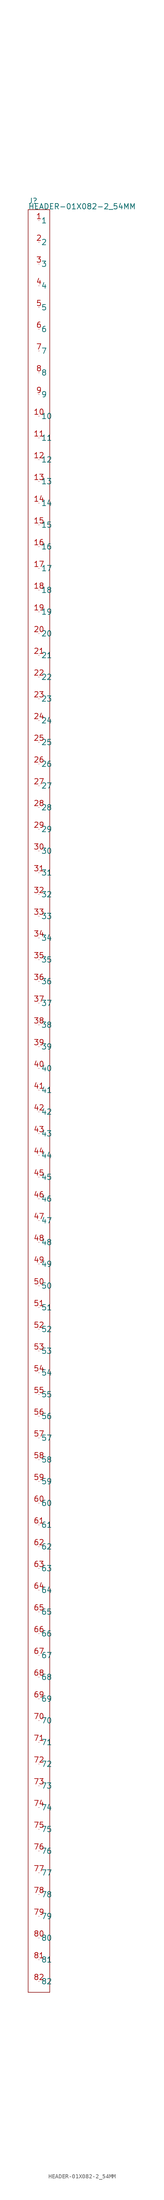
<source format=kicad_sym>
(kicad_symbol_lib
  (version 20211014)
  (generator kicad_symbol_editor)
  (symbol "HEADER-01X082-2_54MM"
    (pin_names)
    (property "Reference" "J"
      (at -2.54 209.55 0)
      (effects (font (size 1.27 1.27)) (justify left bottom)))
    (property "Value" "HEADER-01X082-2_54MM"
      (at -2.54 208.28 0)
      (effects (font (size 1.27 1.27)) (justify left bottom)))
    (property "Datasheet" ""
      (at 0 0 0))
    (property "ki_description" "Header 1x82  - Header Vertical 82POS 2.54MM Technical Specifications: Pitch: 0.1\" (2.54mm) "
      (at 0 0 0))
    (property "ki_fp_filters" "FlashPCB_Connectors:HEADER-THT-01X082-2_54MM FlashPCB_Connectors:HEADER-THT-LONG-01X082-2_54MM FlashPCB_Connectors:HEADER-THT-NOSILK-01X082-2_54MM FlashPCB_Connectors:HEADER-THT-LONG-NOSILK-01X082-2_54MM"
      (at 0 0 0))
    (symbol "HEADER-01X082-2_54MM_1_1"
      (polyline (pts (xy -2.54 208.28) (xy 2.54 208.28)) (stroke (width 0.127)) (fill (type none)))
      (polyline (pts (xy 2.54 208.28) (xy 2.54 -208.28)) (stroke (width 0.127)) (fill (type none)))
      (polyline (pts (xy 2.54 -208.28) (xy -2.54 -208.28)) (stroke (width 0.127)) (fill (type none)))
      (polyline (pts (xy -2.54 -208.28) (xy -2.54 208.28)) (stroke (width 0.127)) (fill (type none)))
      (pin bidirectional line (at 0 205.74 0) (length 0) (name "1" (effects (font (size 1.27 1.27)))) (number "1" (effects (font (size 1.27 1.27)))))
      (pin bidirectional line (at 0 200.66 0) (length 0) (name "2" (effects (font (size 1.27 1.27)))) (number "2" (effects (font (size 1.27 1.27)))))
      (pin bidirectional line (at 0 195.58 0) (length 0) (name "3" (effects (font (size 1.27 1.27)))) (number "3" (effects (font (size 1.27 1.27)))))
      (pin bidirectional line (at 0 190.5 0) (length 0) (name "4" (effects (font (size 1.27 1.27)))) (number "4" (effects (font (size 1.27 1.27)))))
      (pin bidirectional line (at 0 185.42 0) (length 0) (name "5" (effects (font (size 1.27 1.27)))) (number "5" (effects (font (size 1.27 1.27)))))
      (pin bidirectional line (at 0 180.34 0) (length 0) (name "6" (effects (font (size 1.27 1.27)))) (number "6" (effects (font (size 1.27 1.27)))))
      (pin bidirectional line (at 0 175.26 0) (length 0) (name "7" (effects (font (size 1.27 1.27)))) (number "7" (effects (font (size 1.27 1.27)))))
      (pin bidirectional line (at 0 170.18 0) (length 0) (name "8" (effects (font (size 1.27 1.27)))) (number "8" (effects (font (size 1.27 1.27)))))
      (pin bidirectional line (at 0 165.1 0) (length 0) (name "9" (effects (font (size 1.27 1.27)))) (number "9" (effects (font (size 1.27 1.27)))))
      (pin bidirectional line (at 0 160.02 0) (length 0) (name "10" (effects (font (size 1.27 1.27)))) (number "10" (effects (font (size 1.27 1.27)))))
      (pin bidirectional line (at 0 154.94 0) (length 0) (name "11" (effects (font (size 1.27 1.27)))) (number "11" (effects (font (size 1.27 1.27)))))
      (pin bidirectional line (at 0 149.86 0) (length 0) (name "12" (effects (font (size 1.27 1.27)))) (number "12" (effects (font (size 1.27 1.27)))))
      (pin bidirectional line (at 0 144.78 0) (length 0) (name "13" (effects (font (size 1.27 1.27)))) (number "13" (effects (font (size 1.27 1.27)))))
      (pin bidirectional line (at 0 139.7 0) (length 0) (name "14" (effects (font (size 1.27 1.27)))) (number "14" (effects (font (size 1.27 1.27)))))
      (pin bidirectional line (at 0 134.62 0) (length 0) (name "15" (effects (font (size 1.27 1.27)))) (number "15" (effects (font (size 1.27 1.27)))))
      (pin bidirectional line (at 0 129.54 0) (length 0) (name "16" (effects (font (size 1.27 1.27)))) (number "16" (effects (font (size 1.27 1.27)))))
      (pin bidirectional line (at 0 124.46 0) (length 0) (name "17" (effects (font (size 1.27 1.27)))) (number "17" (effects (font (size 1.27 1.27)))))
      (pin bidirectional line (at 0 119.38 0) (length 0) (name "18" (effects (font (size 1.27 1.27)))) (number "18" (effects (font (size 1.27 1.27)))))
      (pin bidirectional line (at 0 114.3 0) (length 0) (name "19" (effects (font (size 1.27 1.27)))) (number "19" (effects (font (size 1.27 1.27)))))
      (pin bidirectional line (at 0 109.22 0) (length 0) (name "20" (effects (font (size 1.27 1.27)))) (number "20" (effects (font (size 1.27 1.27)))))
      (pin bidirectional line (at 0 104.14 0) (length 0) (name "21" (effects (font (size 1.27 1.27)))) (number "21" (effects (font (size 1.27 1.27)))))
      (pin bidirectional line (at 0 99.06 0) (length 0) (name "22" (effects (font (size 1.27 1.27)))) (number "22" (effects (font (size 1.27 1.27)))))
      (pin bidirectional line (at 0 93.98 0) (length 0) (name "23" (effects (font (size 1.27 1.27)))) (number "23" (effects (font (size 1.27 1.27)))))
      (pin bidirectional line (at 0 88.9 0) (length 0) (name "24" (effects (font (size 1.27 1.27)))) (number "24" (effects (font (size 1.27 1.27)))))
      (pin bidirectional line (at 0 83.82 0) (length 0) (name "25" (effects (font (size 1.27 1.27)))) (number "25" (effects (font (size 1.27 1.27)))))
      (pin bidirectional line (at 0 78.74 0) (length 0) (name "26" (effects (font (size 1.27 1.27)))) (number "26" (effects (font (size 1.27 1.27)))))
      (pin bidirectional line (at 0 73.66 0) (length 0) (name "27" (effects (font (size 1.27 1.27)))) (number "27" (effects (font (size 1.27 1.27)))))
      (pin bidirectional line (at 0 68.58 0) (length 0) (name "28" (effects (font (size 1.27 1.27)))) (number "28" (effects (font (size 1.27 1.27)))))
      (pin bidirectional line (at 0 63.5 0) (length 0) (name "29" (effects (font (size 1.27 1.27)))) (number "29" (effects (font (size 1.27 1.27)))))
      (pin bidirectional line (at 0 58.42 0) (length 0) (name "30" (effects (font (size 1.27 1.27)))) (number "30" (effects (font (size 1.27 1.27)))))
      (pin bidirectional line (at 0 53.34 0) (length 0) (name "31" (effects (font (size 1.27 1.27)))) (number "31" (effects (font (size 1.27 1.27)))))
      (pin bidirectional line (at 0 48.26 0) (length 0) (name "32" (effects (font (size 1.27 1.27)))) (number "32" (effects (font (size 1.27 1.27)))))
      (pin bidirectional line (at 0 43.18 0) (length 0) (name "33" (effects (font (size 1.27 1.27)))) (number "33" (effects (font (size 1.27 1.27)))))
      (pin bidirectional line (at 0 38.1 0) (length 0) (name "34" (effects (font (size 1.27 1.27)))) (number "34" (effects (font (size 1.27 1.27)))))
      (pin bidirectional line (at 0 33.02 0) (length 0) (name "35" (effects (font (size 1.27 1.27)))) (number "35" (effects (font (size 1.27 1.27)))))
      (pin bidirectional line (at 0 27.94 0) (length 0) (name "36" (effects (font (size 1.27 1.27)))) (number "36" (effects (font (size 1.27 1.27)))))
      (pin bidirectional line (at 0 22.86 0) (length 0) (name "37" (effects (font (size 1.27 1.27)))) (number "37" (effects (font (size 1.27 1.27)))))
      (pin bidirectional line (at 0 17.78 0) (length 0) (name "38" (effects (font (size 1.27 1.27)))) (number "38" (effects (font (size 1.27 1.27)))))
      (pin bidirectional line (at 0 12.7 0) (length 0) (name "39" (effects (font (size 1.27 1.27)))) (number "39" (effects (font (size 1.27 1.27)))))
      (pin bidirectional line (at 0 7.62 0) (length 0) (name "40" (effects (font (size 1.27 1.27)))) (number "40" (effects (font (size 1.27 1.27)))))
      (pin bidirectional line (at 0 2.54 0) (length 0) (name "41" (effects (font (size 1.27 1.27)))) (number "41" (effects (font (size 1.27 1.27)))))
      (pin bidirectional line (at 0 -2.54 0) (length 0) (name "42" (effects (font (size 1.27 1.27)))) (number "42" (effects (font (size 1.27 1.27)))))
      (pin bidirectional line (at 0 -7.62 0) (length 0) (name "43" (effects (font (size 1.27 1.27)))) (number "43" (effects (font (size 1.27 1.27)))))
      (pin bidirectional line (at 0 -12.7 0) (length 0) (name "44" (effects (font (size 1.27 1.27)))) (number "44" (effects (font (size 1.27 1.27)))))
      (pin bidirectional line (at 0 -17.78 0) (length 0) (name "45" (effects (font (size 1.27 1.27)))) (number "45" (effects (font (size 1.27 1.27)))))
      (pin bidirectional line (at 0 -22.86 0) (length 0) (name "46" (effects (font (size 1.27 1.27)))) (number "46" (effects (font (size 1.27 1.27)))))
      (pin bidirectional line (at 0 -27.94 0) (length 0) (name "47" (effects (font (size 1.27 1.27)))) (number "47" (effects (font (size 1.27 1.27)))))
      (pin bidirectional line (at 0 -33.02 0) (length 0) (name "48" (effects (font (size 1.27 1.27)))) (number "48" (effects (font (size 1.27 1.27)))))
      (pin bidirectional line (at 0 -38.1 0) (length 0) (name "49" (effects (font (size 1.27 1.27)))) (number "49" (effects (font (size 1.27 1.27)))))
      (pin bidirectional line (at 0 -43.18 0) (length 0) (name "50" (effects (font (size 1.27 1.27)))) (number "50" (effects (font (size 1.27 1.27)))))
      (pin bidirectional line (at 0 -48.26 0) (length 0) (name "51" (effects (font (size 1.27 1.27)))) (number "51" (effects (font (size 1.27 1.27)))))
      (pin bidirectional line (at 0 -53.34 0) (length 0) (name "52" (effects (font (size 1.27 1.27)))) (number "52" (effects (font (size 1.27 1.27)))))
      (pin bidirectional line (at 0 -58.42 0) (length 0) (name "53" (effects (font (size 1.27 1.27)))) (number "53" (effects (font (size 1.27 1.27)))))
      (pin bidirectional line (at 0 -63.5 0) (length 0) (name "54" (effects (font (size 1.27 1.27)))) (number "54" (effects (font (size 1.27 1.27)))))
      (pin bidirectional line (at 0 -68.58 0) (length 0) (name "55" (effects (font (size 1.27 1.27)))) (number "55" (effects (font (size 1.27 1.27)))))
      (pin bidirectional line (at 0 -73.66 0) (length 0) (name "56" (effects (font (size 1.27 1.27)))) (number "56" (effects (font (size 1.27 1.27)))))
      (pin bidirectional line (at 0 -78.74 0) (length 0) (name "57" (effects (font (size 1.27 1.27)))) (number "57" (effects (font (size 1.27 1.27)))))
      (pin bidirectional line (at 0 -83.82 0) (length 0) (name "58" (effects (font (size 1.27 1.27)))) (number "58" (effects (font (size 1.27 1.27)))))
      (pin bidirectional line (at 0 -88.9 0) (length 0) (name "59" (effects (font (size 1.27 1.27)))) (number "59" (effects (font (size 1.27 1.27)))))
      (pin bidirectional line (at 0 -93.98 0) (length 0) (name "60" (effects (font (size 1.27 1.27)))) (number "60" (effects (font (size 1.27 1.27)))))
      (pin bidirectional line (at 0 -99.06 0) (length 0) (name "61" (effects (font (size 1.27 1.27)))) (number "61" (effects (font (size 1.27 1.27)))))
      (pin bidirectional line (at 0 -104.14 0) (length 0) (name "62" (effects (font (size 1.27 1.27)))) (number "62" (effects (font (size 1.27 1.27)))))
      (pin bidirectional line (at 0 -109.22 0) (length 0) (name "63" (effects (font (size 1.27 1.27)))) (number "63" (effects (font (size 1.27 1.27)))))
      (pin bidirectional line (at 0 -114.3 0) (length 0) (name "64" (effects (font (size 1.27 1.27)))) (number "64" (effects (font (size 1.27 1.27)))))
      (pin bidirectional line (at 0 -119.38 0) (length 0) (name "65" (effects (font (size 1.27 1.27)))) (number "65" (effects (font (size 1.27 1.27)))))
      (pin bidirectional line (at 0 -124.46 0) (length 0) (name "66" (effects (font (size 1.27 1.27)))) (number "66" (effects (font (size 1.27 1.27)))))
      (pin bidirectional line (at 0 -129.54 0) (length 0) (name "67" (effects (font (size 1.27 1.27)))) (number "67" (effects (font (size 1.27 1.27)))))
      (pin bidirectional line (at 0 -134.62 0) (length 0) (name "68" (effects (font (size 1.27 1.27)))) (number "68" (effects (font (size 1.27 1.27)))))
      (pin bidirectional line (at 0 -139.7 0) (length 0) (name "69" (effects (font (size 1.27 1.27)))) (number "69" (effects (font (size 1.27 1.27)))))
      (pin bidirectional line (at 0 -144.78 0) (length 0) (name "70" (effects (font (size 1.27 1.27)))) (number "70" (effects (font (size 1.27 1.27)))))
      (pin bidirectional line (at 0 -149.86 0) (length 0) (name "71" (effects (font (size 1.27 1.27)))) (number "71" (effects (font (size 1.27 1.27)))))
      (pin bidirectional line (at 0 -154.94 0) (length 0) (name "72" (effects (font (size 1.27 1.27)))) (number "72" (effects (font (size 1.27 1.27)))))
      (pin bidirectional line (at 0 -160.02 0) (length 0) (name "73" (effects (font (size 1.27 1.27)))) (number "73" (effects (font (size 1.27 1.27)))))
      (pin bidirectional line (at 0 -165.1 0) (length 0) (name "74" (effects (font (size 1.27 1.27)))) (number "74" (effects (font (size 1.27 1.27)))))
      (pin bidirectional line (at 0 -170.18 0) (length 0) (name "75" (effects (font (size 1.27 1.27)))) (number "75" (effects (font (size 1.27 1.27)))))
      (pin bidirectional line (at 0 -175.26 0) (length 0) (name "76" (effects (font (size 1.27 1.27)))) (number "76" (effects (font (size 1.27 1.27)))))
      (pin bidirectional line (at 0 -180.34 0) (length 0) (name "77" (effects (font (size 1.27 1.27)))) (number "77" (effects (font (size 1.27 1.27)))))
      (pin bidirectional line (at 0 -185.42 0) (length 0) (name "78" (effects (font (size 1.27 1.27)))) (number "78" (effects (font (size 1.27 1.27)))))
      (pin bidirectional line (at 0 -190.5 0) (length 0) (name "79" (effects (font (size 1.27 1.27)))) (number "79" (effects (font (size 1.27 1.27)))))
      (pin bidirectional line (at 0 -195.58 0) (length 0) (name "80" (effects (font (size 1.27 1.27)))) (number "80" (effects (font (size 1.27 1.27)))))
      (pin bidirectional line (at 0 -200.66 0) (length 0) (name "81" (effects (font (size 1.27 1.27)))) (number "81" (effects (font (size 1.27 1.27)))))
      (pin bidirectional line (at 0 -205.74 0) (length 0) (name "82" (effects (font (size 1.27 1.27)))) (number "82" (effects (font (size 1.27 1.27))))))))
</source>
